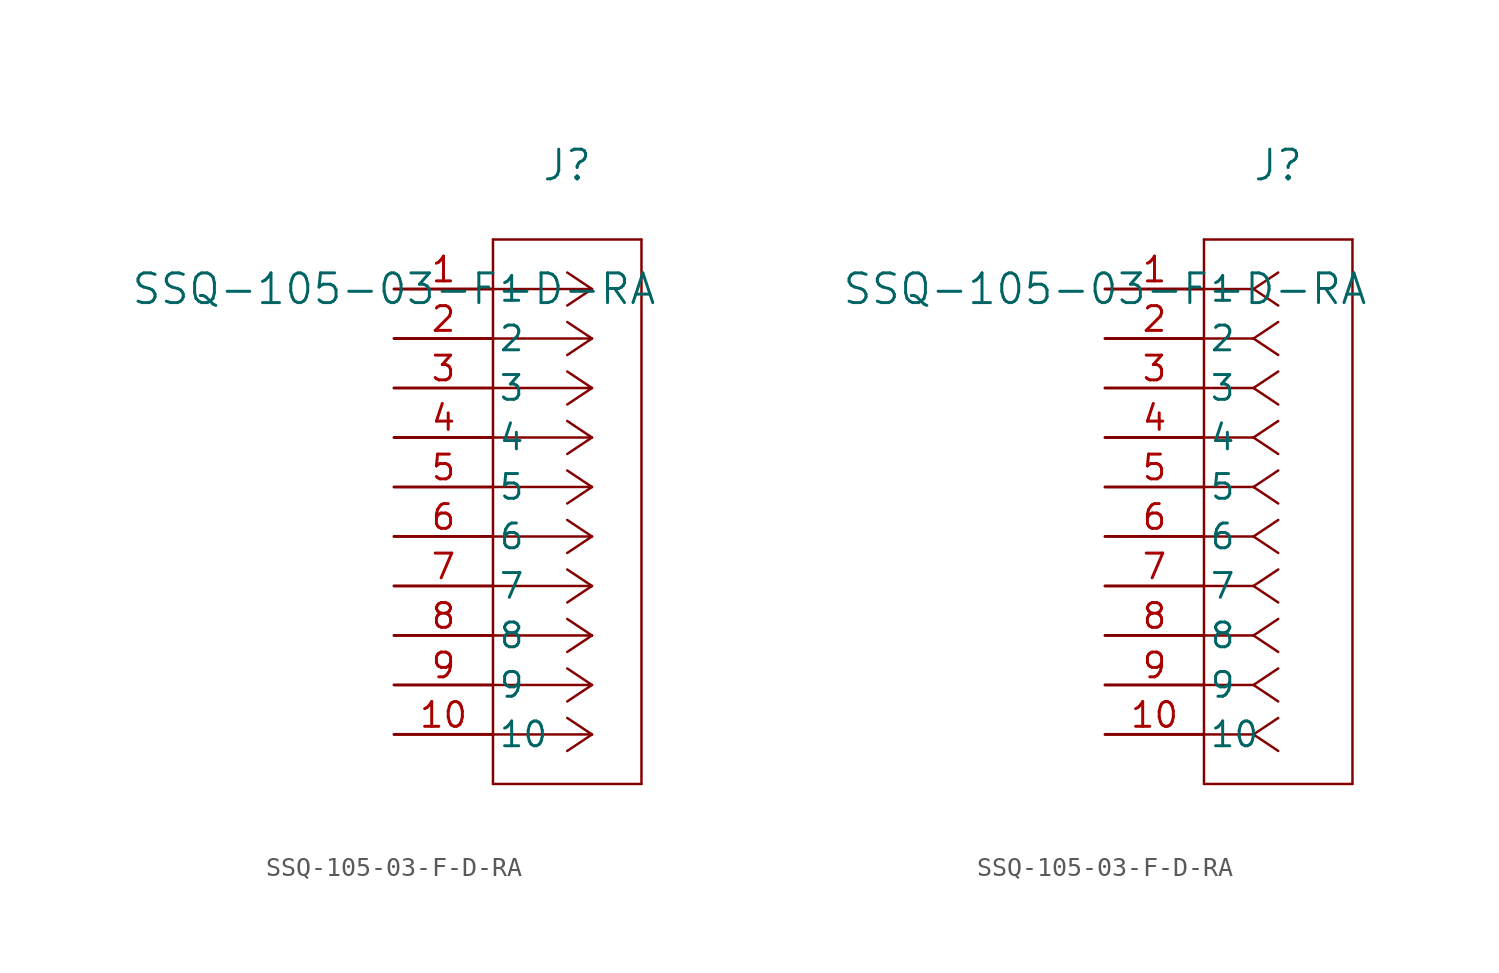
<source format=kicad_sym>
(kicad_symbol_lib
  (version 20211014)
  (generator kicad_symbol_editor)
  (symbol "SSQ-105-03-F-D-RA"
    (pin_names
      (offset 0.254))
    (property "Reference" "J"
      (at 8.89 6.35 0)
      (effects (font (size 1.524 1.524))))
    (property "Value" "SSQ-105-03-F-D-RA"
      (at 0 0 0)
      (effects (font (size 1.524 1.524))))
    (symbol "SSQ-105-03-F-D-RA_1_1"
      (polyline (pts (xy 10.16 0) (xy 5.08 0)) (stroke (width 0.127) (type default) (color 0 0 0 0)) (fill (type none)))
      (polyline (pts (xy 10.16 -2.54) (xy 5.08 -2.54)) (stroke (width 0.127) (type default) (color 0 0 0 0)) (fill (type none)))
      (polyline (pts (xy 10.16 -5.08) (xy 5.08 -5.08)) (stroke (width 0.127) (type default) (color 0 0 0 0)) (fill (type none)))
      (polyline (pts (xy 10.16 -7.62) (xy 5.08 -7.62)) (stroke (width 0.127) (type default) (color 0 0 0 0)) (fill (type none)))
      (polyline (pts (xy 10.16 -10.16) (xy 5.08 -10.16)) (stroke (width 0.127) (type default) (color 0 0 0 0)) (fill (type none)))
      (polyline (pts (xy 10.16 -12.7) (xy 5.08 -12.7)) (stroke (width 0.127) (type default) (color 0 0 0 0)) (fill (type none)))
      (polyline (pts (xy 10.16 -15.24) (xy 5.08 -15.24)) (stroke (width 0.127) (type default) (color 0 0 0 0)) (fill (type none)))
      (polyline (pts (xy 10.16 -17.78) (xy 5.08 -17.78)) (stroke (width 0.127) (type default) (color 0 0 0 0)) (fill (type none)))
      (polyline (pts (xy 10.16 -20.32) (xy 5.08 -20.32)) (stroke (width 0.127) (type default) (color 0 0 0 0)) (fill (type none)))
      (polyline (pts (xy 10.16 -22.86) (xy 5.08 -22.86)) (stroke (width 0.127) (type default) (color 0 0 0 0)) (fill (type none)))
      (polyline (pts (xy 10.16 0) (xy 8.89 0.847)) (stroke (width 0.127) (type default) (color 0 0 0 0)) (fill (type none)))
      (polyline (pts (xy 10.16 -2.54) (xy 8.89 -1.693)) (stroke (width 0.127) (type default) (color 0 0 0 0)) (fill (type none)))
      (polyline (pts (xy 10.16 -5.08) (xy 8.89 -4.233)) (stroke (width 0.127) (type default) (color 0 0 0 0)) (fill (type none)))
      (polyline (pts (xy 10.16 -7.62) (xy 8.89 -6.773)) (stroke (width 0.127) (type default) (color 0 0 0 0)) (fill (type none)))
      (polyline (pts (xy 10.16 -10.16) (xy 8.89 -9.313)) (stroke (width 0.127) (type default) (color 0 0 0 0)) (fill (type none)))
      (polyline (pts (xy 10.16 -12.7) (xy 8.89 -11.853)) (stroke (width 0.127) (type default) (color 0 0 0 0)) (fill (type none)))
      (polyline (pts (xy 10.16 -15.24) (xy 8.89 -14.393)) (stroke (width 0.127) (type default) (color 0 0 0 0)) (fill (type none)))
      (polyline (pts (xy 10.16 -17.78) (xy 8.89 -16.933)) (stroke (width 0.127) (type default) (color 0 0 0 0)) (fill (type none)))
      (polyline (pts (xy 10.16 -20.32) (xy 8.89 -19.473)) (stroke (width 0.127) (type default) (color 0 0 0 0)) (fill (type none)))
      (polyline (pts (xy 10.16 -22.86) (xy 8.89 -22.013)) (stroke (width 0.127) (type default) (color 0 0 0 0)) (fill (type none)))
      (polyline (pts (xy 10.16 0) (xy 8.89 -0.847)) (stroke (width 0.127) (type default) (color 0 0 0 0)) (fill (type none)))
      (polyline (pts (xy 10.16 -2.54) (xy 8.89 -3.387)) (stroke (width 0.127) (type default) (color 0 0 0 0)) (fill (type none)))
      (polyline (pts (xy 10.16 -5.08) (xy 8.89 -5.927)) (stroke (width 0.127) (type default) (color 0 0 0 0)) (fill (type none)))
      (polyline (pts (xy 10.16 -7.62) (xy 8.89 -8.467)) (stroke (width 0.127) (type default) (color 0 0 0 0)) (fill (type none)))
      (polyline (pts (xy 10.16 -10.16) (xy 8.89 -11.007)) (stroke (width 0.127) (type default) (color 0 0 0 0)) (fill (type none)))
      (polyline (pts (xy 10.16 -12.7) (xy 8.89 -13.547)) (stroke (width 0.127) (type default) (color 0 0 0 0)) (fill (type none)))
      (polyline (pts (xy 10.16 -15.24) (xy 8.89 -16.087)) (stroke (width 0.127) (type default) (color 0 0 0 0)) (fill (type none)))
      (polyline (pts (xy 10.16 -17.78) (xy 8.89 -18.627)) (stroke (width 0.127) (type default) (color 0 0 0 0)) (fill (type none)))
      (polyline (pts (xy 10.16 -20.32) (xy 8.89 -21.167)) (stroke (width 0.127) (type default) (color 0 0 0 0)) (fill (type none)))
      (polyline (pts (xy 10.16 -22.86) (xy 8.89 -23.707)) (stroke (width 0.127) (type default) (color 0 0 0 0)) (fill (type none)))
      (polyline (pts (xy 5.08 2.54) (xy 5.08 -25.4)) (stroke (width 0.127) (type default) (color 0 0 0 0)) (fill (type none)))
      (polyline (pts (xy 5.08 -25.4) (xy 12.7 -25.4)) (stroke (width 0.127) (type default) (color 0 0 0 0)) (fill (type none)))
      (polyline (pts (xy 12.7 -25.4) (xy 12.7 2.54)) (stroke (width 0.127) (type default) (color 0 0 0 0)) (fill (type none)))
      (polyline (pts (xy 12.7 2.54) (xy 5.08 2.54)) (stroke (width 0.127) (type default) (color 0 0 0 0)) (fill (type none)))
      (pin unspecified line (at 0 0 0) (length 5.08) (name "1" (effects (font (size 1.27 1.27)))) (number "1" (effects (font (size 1.27 1.27)))))
      (pin unspecified line (at 0 -2.54 0) (length 5.08) (name "2" (effects (font (size 1.27 1.27)))) (number "2" (effects (font (size 1.27 1.27)))))
      (pin unspecified line (at 0 -5.08 0) (length 5.08) (name "3" (effects (font (size 1.27 1.27)))) (number "3" (effects (font (size 1.27 1.27)))))
      (pin unspecified line (at 0 -7.62 0) (length 5.08) (name "4" (effects (font (size 1.27 1.27)))) (number "4" (effects (font (size 1.27 1.27)))))
      (pin unspecified line (at 0 -10.16 0) (length 5.08) (name "5" (effects (font (size 1.27 1.27)))) (number "5" (effects (font (size 1.27 1.27)))))
      (pin unspecified line (at 0 -12.7 0) (length 5.08) (name "6" (effects (font (size 1.27 1.27)))) (number "6" (effects (font (size 1.27 1.27)))))
      (pin unspecified line (at 0 -15.24 0) (length 5.08) (name "7" (effects (font (size 1.27 1.27)))) (number "7" (effects (font (size 1.27 1.27)))))
      (pin unspecified line (at 0 -17.78 0) (length 5.08) (name "8" (effects (font (size 1.27 1.27)))) (number "8" (effects (font (size 1.27 1.27)))))
      (pin unspecified line (at 0 -20.32 0) (length 5.08) (name "9" (effects (font (size 1.27 1.27)))) (number "9" (effects (font (size 1.27 1.27)))))
      (pin unspecified line (at 0 -22.86 0) (length 5.08) (name "10" (effects (font (size 1.27 1.27)))) (number "10" (effects (font (size 1.27 1.27))))))
    (symbol "SSQ-105-03-F-D-RA_1_2"
      (polyline (pts (xy 7.62 0) (xy 5.08 0)) (stroke (width 0.127) (type default) (color 0 0 0 0)) (fill (type none)))
      (polyline (pts (xy 7.62 -2.54) (xy 5.08 -2.54)) (stroke (width 0.127) (type default) (color 0 0 0 0)) (fill (type none)))
      (polyline (pts (xy 7.62 -5.08) (xy 5.08 -5.08)) (stroke (width 0.127) (type default) (color 0 0 0 0)) (fill (type none)))
      (polyline (pts (xy 7.62 -7.62) (xy 5.08 -7.62)) (stroke (width 0.127) (type default) (color 0 0 0 0)) (fill (type none)))
      (polyline (pts (xy 7.62 -10.16) (xy 5.08 -10.16)) (stroke (width 0.127) (type default) (color 0 0 0 0)) (fill (type none)))
      (polyline (pts (xy 7.62 -12.7) (xy 5.08 -12.7)) (stroke (width 0.127) (type default) (color 0 0 0 0)) (fill (type none)))
      (polyline (pts (xy 7.62 -15.24) (xy 5.08 -15.24)) (stroke (width 0.127) (type default) (color 0 0 0 0)) (fill (type none)))
      (polyline (pts (xy 7.62 -17.78) (xy 5.08 -17.78)) (stroke (width 0.127) (type default) (color 0 0 0 0)) (fill (type none)))
      (polyline (pts (xy 7.62 -20.32) (xy 5.08 -20.32)) (stroke (width 0.127) (type default) (color 0 0 0 0)) (fill (type none)))
      (polyline (pts (xy 7.62 -22.86) (xy 5.08 -22.86)) (stroke (width 0.127) (type default) (color 0 0 0 0)) (fill (type none)))
      (polyline (pts (xy 7.62 0) (xy 8.89 0.847)) (stroke (width 0.127) (type default) (color 0 0 0 0)) (fill (type none)))
      (polyline (pts (xy 7.62 -2.54) (xy 8.89 -1.693)) (stroke (width 0.127) (type default) (color 0 0 0 0)) (fill (type none)))
      (polyline (pts (xy 7.62 -5.08) (xy 8.89 -4.233)) (stroke (width 0.127) (type default) (color 0 0 0 0)) (fill (type none)))
      (polyline (pts (xy 7.62 -7.62) (xy 8.89 -6.773)) (stroke (width 0.127) (type default) (color 0 0 0 0)) (fill (type none)))
      (polyline (pts (xy 7.62 -10.16) (xy 8.89 -9.313)) (stroke (width 0.127) (type default) (color 0 0 0 0)) (fill (type none)))
      (polyline (pts (xy 7.62 -12.7) (xy 8.89 -11.853)) (stroke (width 0.127) (type default) (color 0 0 0 0)) (fill (type none)))
      (polyline (pts (xy 7.62 -15.24) (xy 8.89 -14.393)) (stroke (width 0.127) (type default) (color 0 0 0 0)) (fill (type none)))
      (polyline (pts (xy 7.62 -17.78) (xy 8.89 -16.933)) (stroke (width 0.127) (type default) (color 0 0 0 0)) (fill (type none)))
      (polyline (pts (xy 7.62 -20.32) (xy 8.89 -19.473)) (stroke (width 0.127) (type default) (color 0 0 0 0)) (fill (type none)))
      (polyline (pts (xy 7.62 -22.86) (xy 8.89 -22.013)) (stroke (width 0.127) (type default) (color 0 0 0 0)) (fill (type none)))
      (polyline (pts (xy 7.62 0) (xy 8.89 -0.847)) (stroke (width 0.127) (type default) (color 0 0 0 0)) (fill (type none)))
      (polyline (pts (xy 7.62 -2.54) (xy 8.89 -3.387)) (stroke (width 0.127) (type default) (color 0 0 0 0)) (fill (type none)))
      (polyline (pts (xy 7.62 -5.08) (xy 8.89 -5.927)) (stroke (width 0.127) (type default) (color 0 0 0 0)) (fill (type none)))
      (polyline (pts (xy 7.62 -7.62) (xy 8.89 -8.467)) (stroke (width 0.127) (type default) (color 0 0 0 0)) (fill (type none)))
      (polyline (pts (xy 7.62 -10.16) (xy 8.89 -11.007)) (stroke (width 0.127) (type default) (color 0 0 0 0)) (fill (type none)))
      (polyline (pts (xy 7.62 -12.7) (xy 8.89 -13.547)) (stroke (width 0.127) (type default) (color 0 0 0 0)) (fill (type none)))
      (polyline (pts (xy 7.62 -15.24) (xy 8.89 -16.087)) (stroke (width 0.127) (type default) (color 0 0 0 0)) (fill (type none)))
      (polyline (pts (xy 7.62 -17.78) (xy 8.89 -18.627)) (stroke (width 0.127) (type default) (color 0 0 0 0)) (fill (type none)))
      (polyline (pts (xy 7.62 -20.32) (xy 8.89 -21.167)) (stroke (width 0.127) (type default) (color 0 0 0 0)) (fill (type none)))
      (polyline (pts (xy 7.62 -22.86) (xy 8.89 -23.707)) (stroke (width 0.127) (type default) (color 0 0 0 0)) (fill (type none)))
      (polyline (pts (xy 5.08 2.54) (xy 5.08 -25.4)) (stroke (width 0.127) (type default) (color 0 0 0 0)) (fill (type none)))
      (polyline (pts (xy 5.08 -25.4) (xy 12.7 -25.4)) (stroke (width 0.127) (type default) (color 0 0 0 0)) (fill (type none)))
      (polyline (pts (xy 12.7 -25.4) (xy 12.7 2.54)) (stroke (width 0.127) (type default) (color 0 0 0 0)) (fill (type none)))
      (polyline (pts (xy 12.7 2.54) (xy 5.08 2.54)) (stroke (width 0.127) (type default) (color 0 0 0 0)) (fill (type none)))
      (pin unspecified line (at 0 0 0) (length 5.08) (name "1" (effects (font (size 1.27 1.27)))) (number "1" (effects (font (size 1.27 1.27)))))
      (pin unspecified line (at 0 -2.54 0) (length 5.08) (name "2" (effects (font (size 1.27 1.27)))) (number "2" (effects (font (size 1.27 1.27)))))
      (pin unspecified line (at 0 -5.08 0) (length 5.08) (name "3" (effects (font (size 1.27 1.27)))) (number "3" (effects (font (size 1.27 1.27)))))
      (pin unspecified line (at 0 -7.62 0) (length 5.08) (name "4" (effects (font (size 1.27 1.27)))) (number "4" (effects (font (size 1.27 1.27)))))
      (pin unspecified line (at 0 -10.16 0) (length 5.08) (name "5" (effects (font (size 1.27 1.27)))) (number "5" (effects (font (size 1.27 1.27)))))
      (pin unspecified line (at 0 -12.7 0) (length 5.08) (name "6" (effects (font (size 1.27 1.27)))) (number "6" (effects (font (size 1.27 1.27)))))
      (pin unspecified line (at 0 -15.24 0) (length 5.08) (name "7" (effects (font (size 1.27 1.27)))) (number "7" (effects (font (size 1.27 1.27)))))
      (pin unspecified line (at 0 -17.78 0) (length 5.08) (name "8" (effects (font (size 1.27 1.27)))) (number "8" (effects (font (size 1.27 1.27)))))
      (pin unspecified line (at 0 -20.32 0) (length 5.08) (name "9" (effects (font (size 1.27 1.27)))) (number "9" (effects (font (size 1.27 1.27)))))
      (pin unspecified line (at 0 -22.86 0) (length 5.08) (name "10" (effects (font (size 1.27 1.27)))) (number "10" (effects (font (size 1.27 1.27))))))))
</source>
